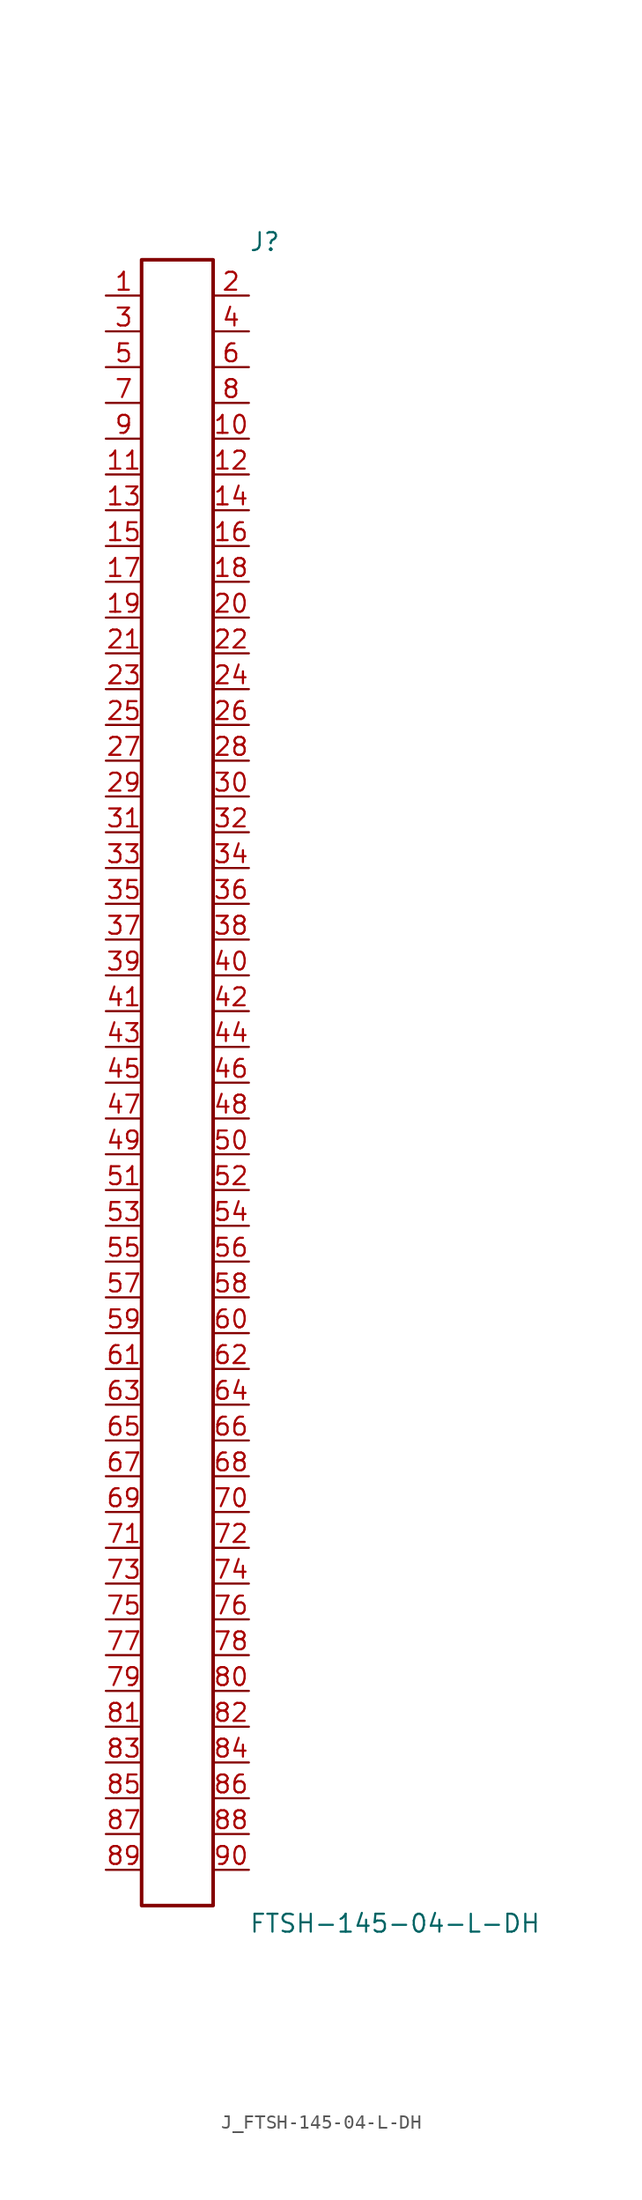
<source format=kicad_sym>
(kicad_symbol_lib
  (version 20231120)
  (generator kicad_symbol_editor)
  (generator_version 8.0)
  (symbol "J_FTSH-145-04-L-DH"
    (pin_names
      (offset 0.254))
    (property "Reference" "J"
      (at 5.08 59.69 0)
      (effects (font (size 1.27 1.27)) (justify left)))
    (property "Value" "FTSH-145-04-L-DH"
      (at 5.08 -59.69 0)
      (effects (font (size 1.27 1.27)) (justify left)))
    (symbol "J_FTSH-145-04-L-DH_0_0"
      (pin unspecified line (at -5.08 55.88 0) (length 2.54) (name "" (effects (font (size 1.27 1.27)))) (number "1" (effects (font (size 1.27 1.27)))))
      (pin unspecified line (at 5.08 55.88 180) (length 2.54) (name "" (effects (font (size 1.27 1.27)))) (number "2" (effects (font (size 1.27 1.27)))))
      (pin unspecified line (at -5.08 53.34 0) (length 2.54) (name "" (effects (font (size 1.27 1.27)))) (number "3" (effects (font (size 1.27 1.27)))))
      (pin unspecified line (at 5.08 53.34 180) (length 2.54) (name "" (effects (font (size 1.27 1.27)))) (number "4" (effects (font (size 1.27 1.27)))))
      (pin unspecified line (at -5.08 50.8 0) (length 2.54) (name "" (effects (font (size 1.27 1.27)))) (number "5" (effects (font (size 1.27 1.27)))))
      (pin unspecified line (at 5.08 50.8 180) (length 2.54) (name "" (effects (font (size 1.27 1.27)))) (number "6" (effects (font (size 1.27 1.27)))))
      (pin unspecified line (at -5.08 48.26 0) (length 2.54) (name "" (effects (font (size 1.27 1.27)))) (number "7" (effects (font (size 1.27 1.27)))))
      (pin unspecified line (at 5.08 48.26 180) (length 2.54) (name "" (effects (font (size 1.27 1.27)))) (number "8" (effects (font (size 1.27 1.27)))))
      (pin unspecified line (at -5.08 45.72 0) (length 2.54) (name "" (effects (font (size 1.27 1.27)))) (number "9" (effects (font (size 1.27 1.27)))))
      (pin unspecified line (at 5.08 45.72 180) (length 2.54) (name "" (effects (font (size 1.27 1.27)))) (number "10" (effects (font (size 1.27 1.27)))))
      (pin unspecified line (at -5.08 43.18 0) (length 2.54) (name "" (effects (font (size 1.27 1.27)))) (number "11" (effects (font (size 1.27 1.27)))))
      (pin unspecified line (at 5.08 43.18 180) (length 2.54) (name "" (effects (font (size 1.27 1.27)))) (number "12" (effects (font (size 1.27 1.27)))))
      (pin unspecified line (at -5.08 40.64 0) (length 2.54) (name "" (effects (font (size 1.27 1.27)))) (number "13" (effects (font (size 1.27 1.27)))))
      (pin unspecified line (at 5.08 40.64 180) (length 2.54) (name "" (effects (font (size 1.27 1.27)))) (number "14" (effects (font (size 1.27 1.27)))))
      (pin unspecified line (at -5.08 38.1 0) (length 2.54) (name "" (effects (font (size 1.27 1.27)))) (number "15" (effects (font (size 1.27 1.27)))))
      (pin unspecified line (at 5.08 38.1 180) (length 2.54) (name "" (effects (font (size 1.27 1.27)))) (number "16" (effects (font (size 1.27 1.27)))))
      (pin unspecified line (at -5.08 35.56 0) (length 2.54) (name "" (effects (font (size 1.27 1.27)))) (number "17" (effects (font (size 1.27 1.27)))))
      (pin unspecified line (at 5.08 35.56 180) (length 2.54) (name "" (effects (font (size 1.27 1.27)))) (number "18" (effects (font (size 1.27 1.27)))))
      (pin unspecified line (at -5.08 33.02 0) (length 2.54) (name "" (effects (font (size 1.27 1.27)))) (number "19" (effects (font (size 1.27 1.27)))))
      (pin unspecified line (at 5.08 33.02 180) (length 2.54) (name "" (effects (font (size 1.27 1.27)))) (number "20" (effects (font (size 1.27 1.27)))))
      (pin unspecified line (at -5.08 30.48 0) (length 2.54) (name "" (effects (font (size 1.27 1.27)))) (number "21" (effects (font (size 1.27 1.27)))))
      (pin unspecified line (at 5.08 30.48 180) (length 2.54) (name "" (effects (font (size 1.27 1.27)))) (number "22" (effects (font (size 1.27 1.27)))))
      (pin unspecified line (at -5.08 27.94 0) (length 2.54) (name "" (effects (font (size 1.27 1.27)))) (number "23" (effects (font (size 1.27 1.27)))))
      (pin unspecified line (at 5.08 27.94 180) (length 2.54) (name "" (effects (font (size 1.27 1.27)))) (number "24" (effects (font (size 1.27 1.27)))))
      (pin unspecified line (at -5.08 25.4 0) (length 2.54) (name "" (effects (font (size 1.27 1.27)))) (number "25" (effects (font (size 1.27 1.27)))))
      (pin unspecified line (at 5.08 25.4 180) (length 2.54) (name "" (effects (font (size 1.27 1.27)))) (number "26" (effects (font (size 1.27 1.27)))))
      (pin unspecified line (at -5.08 22.86 0) (length 2.54) (name "" (effects (font (size 1.27 1.27)))) (number "27" (effects (font (size 1.27 1.27)))))
      (pin unspecified line (at 5.08 22.86 180) (length 2.54) (name "" (effects (font (size 1.27 1.27)))) (number "28" (effects (font (size 1.27 1.27)))))
      (pin unspecified line (at -5.08 20.32 0) (length 2.54) (name "" (effects (font (size 1.27 1.27)))) (number "29" (effects (font (size 1.27 1.27)))))
      (pin unspecified line (at 5.08 20.32 180) (length 2.54) (name "" (effects (font (size 1.27 1.27)))) (number "30" (effects (font (size 1.27 1.27)))))
      (pin unspecified line (at -5.08 17.78 0) (length 2.54) (name "" (effects (font (size 1.27 1.27)))) (number "31" (effects (font (size 1.27 1.27)))))
      (pin unspecified line (at 5.08 17.78 180) (length 2.54) (name "" (effects (font (size 1.27 1.27)))) (number "32" (effects (font (size 1.27 1.27)))))
      (pin unspecified line (at -5.08 15.24 0) (length 2.54) (name "" (effects (font (size 1.27 1.27)))) (number "33" (effects (font (size 1.27 1.27)))))
      (pin unspecified line (at 5.08 15.24 180) (length 2.54) (name "" (effects (font (size 1.27 1.27)))) (number "34" (effects (font (size 1.27 1.27)))))
      (pin unspecified line (at -5.08 12.7 0) (length 2.54) (name "" (effects (font (size 1.27 1.27)))) (number "35" (effects (font (size 1.27 1.27)))))
      (pin unspecified line (at 5.08 12.7 180) (length 2.54) (name "" (effects (font (size 1.27 1.27)))) (number "36" (effects (font (size 1.27 1.27)))))
      (pin unspecified line (at -5.08 10.16 0) (length 2.54) (name "" (effects (font (size 1.27 1.27)))) (number "37" (effects (font (size 1.27 1.27)))))
      (pin unspecified line (at 5.08 10.16 180) (length 2.54) (name "" (effects (font (size 1.27 1.27)))) (number "38" (effects (font (size 1.27 1.27)))))
      (pin unspecified line (at -5.08 7.62 0) (length 2.54) (name "" (effects (font (size 1.27 1.27)))) (number "39" (effects (font (size 1.27 1.27)))))
      (pin unspecified line (at 5.08 7.62 180) (length 2.54) (name "" (effects (font (size 1.27 1.27)))) (number "40" (effects (font (size 1.27 1.27)))))
      (pin unspecified line (at -5.08 5.08 0) (length 2.54) (name "" (effects (font (size 1.27 1.27)))) (number "41" (effects (font (size 1.27 1.27)))))
      (pin unspecified line (at 5.08 5.08 180) (length 2.54) (name "" (effects (font (size 1.27 1.27)))) (number "42" (effects (font (size 1.27 1.27)))))
      (pin unspecified line (at -5.08 2.54 0) (length 2.54) (name "" (effects (font (size 1.27 1.27)))) (number "43" (effects (font (size 1.27 1.27)))))
      (pin unspecified line (at 5.08 2.54 180) (length 2.54) (name "" (effects (font (size 1.27 1.27)))) (number "44" (effects (font (size 1.27 1.27)))))
      (pin unspecified line (at -5.08 0.0 0) (length 2.54) (name "" (effects (font (size 1.27 1.27)))) (number "45" (effects (font (size 1.27 1.27)))))
      (pin unspecified line (at 5.08 0.0 180) (length 2.54) (name "" (effects (font (size 1.27 1.27)))) (number "46" (effects (font (size 1.27 1.27)))))
      (pin unspecified line (at -5.08 -2.54 0) (length 2.54) (name "" (effects (font (size 1.27 1.27)))) (number "47" (effects (font (size 1.27 1.27)))))
      (pin unspecified line (at 5.08 -2.54 180) (length 2.54) (name "" (effects (font (size 1.27 1.27)))) (number "48" (effects (font (size 1.27 1.27)))))
      (pin unspecified line (at -5.08 -5.08 0) (length 2.54) (name "" (effects (font (size 1.27 1.27)))) (number "49" (effects (font (size 1.27 1.27)))))
      (pin unspecified line (at 5.08 -5.08 180) (length 2.54) (name "" (effects (font (size 1.27 1.27)))) (number "50" (effects (font (size 1.27 1.27)))))
      (pin unspecified line (at -5.08 -7.62 0) (length 2.54) (name "" (effects (font (size 1.27 1.27)))) (number "51" (effects (font (size 1.27 1.27)))))
      (pin unspecified line (at 5.08 -7.62 180) (length 2.54) (name "" (effects (font (size 1.27 1.27)))) (number "52" (effects (font (size 1.27 1.27)))))
      (pin unspecified line (at -5.08 -10.16 0) (length 2.54) (name "" (effects (font (size 1.27 1.27)))) (number "53" (effects (font (size 1.27 1.27)))))
      (pin unspecified line (at 5.08 -10.16 180) (length 2.54) (name "" (effects (font (size 1.27 1.27)))) (number "54" (effects (font (size 1.27 1.27)))))
      (pin unspecified line (at -5.08 -12.7 0) (length 2.54) (name "" (effects (font (size 1.27 1.27)))) (number "55" (effects (font (size 1.27 1.27)))))
      (pin unspecified line (at 5.08 -12.7 180) (length 2.54) (name "" (effects (font (size 1.27 1.27)))) (number "56" (effects (font (size 1.27 1.27)))))
      (pin unspecified line (at -5.08 -15.24 0) (length 2.54) (name "" (effects (font (size 1.27 1.27)))) (number "57" (effects (font (size 1.27 1.27)))))
      (pin unspecified line (at 5.08 -15.24 180) (length 2.54) (name "" (effects (font (size 1.27 1.27)))) (number "58" (effects (font (size 1.27 1.27)))))
      (pin unspecified line (at -5.08 -17.78 0) (length 2.54) (name "" (effects (font (size 1.27 1.27)))) (number "59" (effects (font (size 1.27 1.27)))))
      (pin unspecified line (at 5.08 -17.78 180) (length 2.54) (name "" (effects (font (size 1.27 1.27)))) (number "60" (effects (font (size 1.27 1.27)))))
      (pin unspecified line (at -5.08 -20.32 0) (length 2.54) (name "" (effects (font (size 1.27 1.27)))) (number "61" (effects (font (size 1.27 1.27)))))
      (pin unspecified line (at 5.08 -20.32 180) (length 2.54) (name "" (effects (font (size 1.27 1.27)))) (number "62" (effects (font (size 1.27 1.27)))))
      (pin unspecified line (at -5.08 -22.86 0) (length 2.54) (name "" (effects (font (size 1.27 1.27)))) (number "63" (effects (font (size 1.27 1.27)))))
      (pin unspecified line (at 5.08 -22.86 180) (length 2.54) (name "" (effects (font (size 1.27 1.27)))) (number "64" (effects (font (size 1.27 1.27)))))
      (pin unspecified line (at -5.08 -25.4 0) (length 2.54) (name "" (effects (font (size 1.27 1.27)))) (number "65" (effects (font (size 1.27 1.27)))))
      (pin unspecified line (at 5.08 -25.4 180) (length 2.54) (name "" (effects (font (size 1.27 1.27)))) (number "66" (effects (font (size 1.27 1.27)))))
      (pin unspecified line (at -5.08 -27.94 0) (length 2.54) (name "" (effects (font (size 1.27 1.27)))) (number "67" (effects (font (size 1.27 1.27)))))
      (pin unspecified line (at 5.08 -27.94 180) (length 2.54) (name "" (effects (font (size 1.27 1.27)))) (number "68" (effects (font (size 1.27 1.27)))))
      (pin unspecified line (at -5.08 -30.48 0) (length 2.54) (name "" (effects (font (size 1.27 1.27)))) (number "69" (effects (font (size 1.27 1.27)))))
      (pin unspecified line (at 5.08 -30.48 180) (length 2.54) (name "" (effects (font (size 1.27 1.27)))) (number "70" (effects (font (size 1.27 1.27)))))
      (pin unspecified line (at -5.08 -33.02 0) (length 2.54) (name "" (effects (font (size 1.27 1.27)))) (number "71" (effects (font (size 1.27 1.27)))))
      (pin unspecified line (at 5.08 -33.02 180) (length 2.54) (name "" (effects (font (size 1.27 1.27)))) (number "72" (effects (font (size 1.27 1.27)))))
      (pin unspecified line (at -5.08 -35.56 0) (length 2.54) (name "" (effects (font (size 1.27 1.27)))) (number "73" (effects (font (size 1.27 1.27)))))
      (pin unspecified line (at 5.08 -35.56 180) (length 2.54) (name "" (effects (font (size 1.27 1.27)))) (number "74" (effects (font (size 1.27 1.27)))))
      (pin unspecified line (at -5.08 -38.1 0) (length 2.54) (name "" (effects (font (size 1.27 1.27)))) (number "75" (effects (font (size 1.27 1.27)))))
      (pin unspecified line (at 5.08 -38.1 180) (length 2.54) (name "" (effects (font (size 1.27 1.27)))) (number "76" (effects (font (size 1.27 1.27)))))
      (pin unspecified line (at -5.08 -40.64 0) (length 2.54) (name "" (effects (font (size 1.27 1.27)))) (number "77" (effects (font (size 1.27 1.27)))))
      (pin unspecified line (at 5.08 -40.64 180) (length 2.54) (name "" (effects (font (size 1.27 1.27)))) (number "78" (effects (font (size 1.27 1.27)))))
      (pin unspecified line (at -5.08 -43.18 0) (length 2.54) (name "" (effects (font (size 1.27 1.27)))) (number "79" (effects (font (size 1.27 1.27)))))
      (pin unspecified line (at 5.08 -43.18 180) (length 2.54) (name "" (effects (font (size 1.27 1.27)))) (number "80" (effects (font (size 1.27 1.27)))))
      (pin unspecified line (at -5.08 -45.72 0) (length 2.54) (name "" (effects (font (size 1.27 1.27)))) (number "81" (effects (font (size 1.27 1.27)))))
      (pin unspecified line (at 5.08 -45.72 180) (length 2.54) (name "" (effects (font (size 1.27 1.27)))) (number "82" (effects (font (size 1.27 1.27)))))
      (pin unspecified line (at -5.08 -48.26 0) (length 2.54) (name "" (effects (font (size 1.27 1.27)))) (number "83" (effects (font (size 1.27 1.27)))))
      (pin unspecified line (at 5.08 -48.26 180) (length 2.54) (name "" (effects (font (size 1.27 1.27)))) (number "84" (effects (font (size 1.27 1.27)))))
      (pin unspecified line (at -5.08 -50.8 0) (length 2.54) (name "" (effects (font (size 1.27 1.27)))) (number "85" (effects (font (size 1.27 1.27)))))
      (pin unspecified line (at 5.08 -50.8 180) (length 2.54) (name "" (effects (font (size 1.27 1.27)))) (number "86" (effects (font (size 1.27 1.27)))))
      (pin unspecified line (at -5.08 -53.34 0) (length 2.54) (name "" (effects (font (size 1.27 1.27)))) (number "87" (effects (font (size 1.27 1.27)))))
      (pin unspecified line (at 5.08 -53.34 180) (length 2.54) (name "" (effects (font (size 1.27 1.27)))) (number "88" (effects (font (size 1.27 1.27)))))
      (pin unspecified line (at -5.08 -55.88 0) (length 2.54) (name "" (effects (font (size 1.27 1.27)))) (number "89" (effects (font (size 1.27 1.27)))))
      (pin unspecified line (at 5.08 -55.88 180) (length 2.54) (name "" (effects (font (size 1.27 1.27)))) (number "90" (effects (font (size 1.27 1.27))))))
    (symbol "J_FTSH-145-04-L-DH_1_0"
      (rectangle (start -2.54 58.42) (end 2.54 -58.42) (stroke (width 0.254) (type solid)) (fill (type none))))))
</source>
